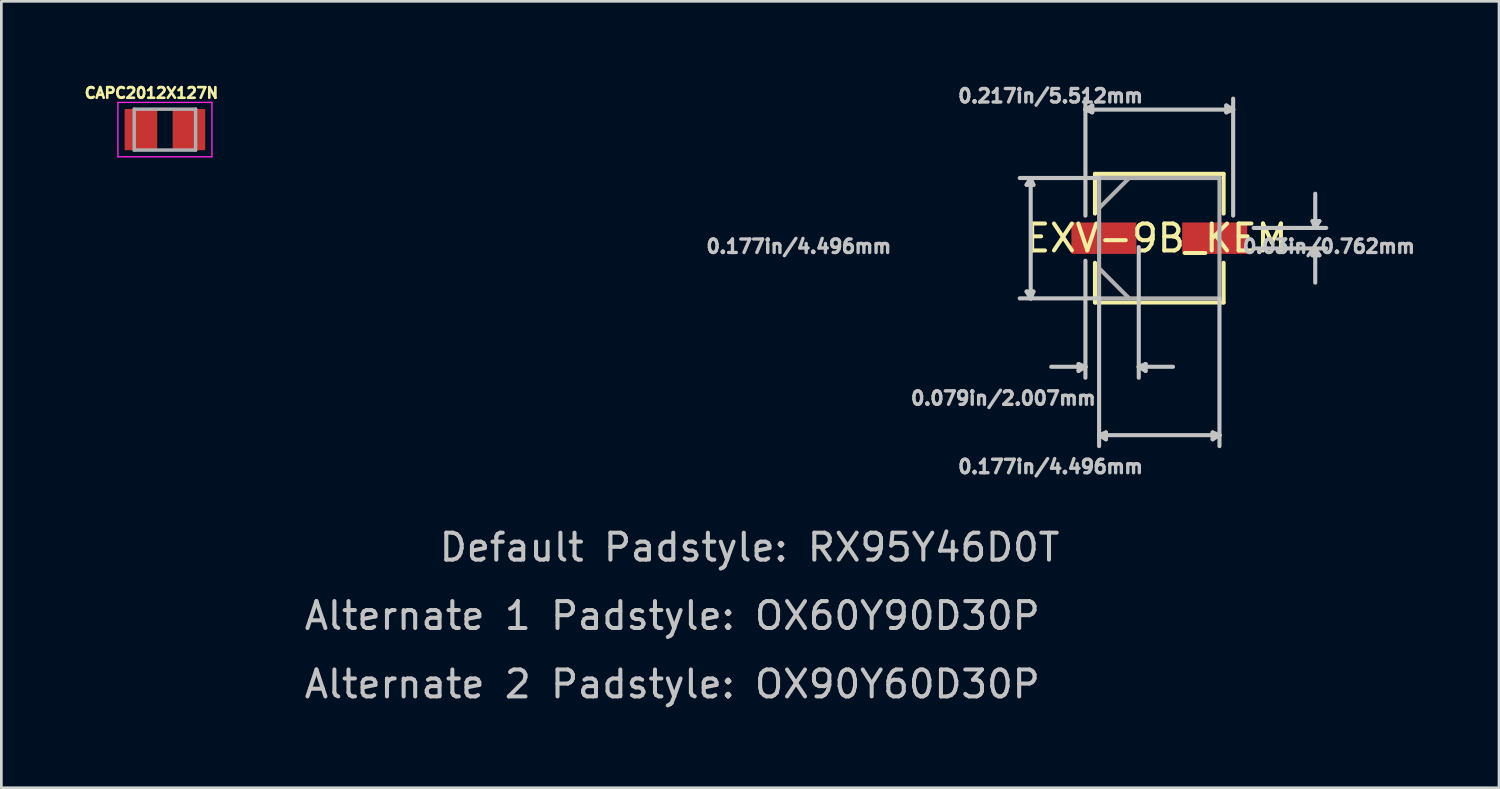
<source format=kicad_pcb>
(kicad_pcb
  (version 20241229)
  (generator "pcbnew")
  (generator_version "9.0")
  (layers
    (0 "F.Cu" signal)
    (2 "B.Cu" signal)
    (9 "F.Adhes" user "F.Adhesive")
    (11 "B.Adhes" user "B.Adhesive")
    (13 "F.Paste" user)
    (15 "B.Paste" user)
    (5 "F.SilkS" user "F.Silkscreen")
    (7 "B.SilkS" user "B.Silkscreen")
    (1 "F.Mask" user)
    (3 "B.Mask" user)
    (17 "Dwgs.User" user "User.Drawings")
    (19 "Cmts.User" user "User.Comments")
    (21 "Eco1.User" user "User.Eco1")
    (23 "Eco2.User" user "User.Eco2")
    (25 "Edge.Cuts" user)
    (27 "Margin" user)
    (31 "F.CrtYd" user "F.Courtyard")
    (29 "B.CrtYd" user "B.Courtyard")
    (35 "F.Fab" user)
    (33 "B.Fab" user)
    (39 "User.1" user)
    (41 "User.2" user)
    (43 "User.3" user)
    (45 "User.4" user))
  (footprint "CAPC2012X127N"
    (layer "F.Cu")
    (at 3.074 1.763)
    (property "Reference" "CAPC2012X127N" (at -0.5 -1.36 0) (layer "F.SilkS") (effects (font (size 0.394 0.394) (thickness 0.15))))
    (attr smd)
    (fp_line (start -1.746 -1.01) (end 1.746 -1.01) (stroke (width 0.05) (type solid)) (layer "F.CrtYd"))
    (fp_line (start -1.746 1.01) (end -1.746 -1.01) (stroke (width 0.05) (type solid)) (layer "F.CrtYd"))
    (fp_line (start -1.746 1.01) (end 1.746 1.01) (stroke (width 0.05) (type solid)) (layer "F.CrtYd"))
    (fp_line (start 1.746 1.01) (end 1.746 -1.01) (stroke (width 0.05) (type solid)) (layer "F.CrtYd"))
    (fp_line (start -1.14 0.76) (end -1.14 -0.76) (stroke (width 0.127) (type solid)) (layer "F.Fab"))
    (fp_line (start 1.14 -0.76) (end -1.14 -0.76) (stroke (width 0.127) (type solid)) (layer "F.Fab"))
    (fp_line (start 1.14 0.76) (end -1.14 0.76) (stroke (width 0.127) (type solid)) (layer "F.Fab"))
    (fp_line (start 1.14 0.76) (end 1.14 -0.76) (stroke (width 0.127) (type solid)) (layer "F.Fab"))
    (pad "1" smd rect (at -0.891 0) (size 1.21 1.53) (layers "F.Cu" "F.Mask" "F.Paste"))
    (pad "2" smd rect (at 0.891 0) (size 1.21 1.53) (layers "F.Cu" "F.Mask" "F.Paste")))
  (footprint "EXV-9B_KEM"
    (layer "F.Cu")
    (at 40 5.795)
    (property "Reference" "EXV-9B_KEM" (at -0.102 0 0) (layer "F.SilkS") (effects (font (size 1 1) (thickness 0.15))))
    (attr smd)
    (fp_line (start -2.388 -2.388) (end -2.388 -0.914) (stroke (width 0.152) (type solid)) (layer "F.SilkS"))
    (fp_line (start -2.388 0.914) (end -2.388 2.388) (stroke (width 0.152) (type solid)) (layer "F.SilkS"))
    (fp_line (start -2.388 2.388) (end 2.388 2.388) (stroke (width 0.152) (type solid)) (layer "F.SilkS"))
    (fp_line (start 2.388 -2.388) (end -2.388 -2.388) (stroke (width 0.152) (type solid)) (layer "F.SilkS"))
    (fp_line (start 2.388 -0.914) (end 2.388 -2.388) (stroke (width 0.152) (type solid)) (layer "F.SilkS"))
    (fp_line (start 2.388 2.388) (end 2.388 0.914) (stroke (width 0.152) (type solid)) (layer "F.SilkS"))
    (fp_line (start -4.928 -1.981) (end -4.674 -1.981) (stroke (width 0.152) (type solid)) (layer "Dwgs.User"))
    (fp_line (start -4.928 1.981) (end -4.674 1.981) (stroke (width 0.152) (type solid)) (layer "Dwgs.User"))
    (fp_line (start -4.775 -2.235) (end -5.182 -2.235) (stroke (width 0.152) (type solid)) (layer "Dwgs.User"))
    (fp_line (start -4.775 -2.235) (end -4.928 -1.981) (stroke (width 0.152) (type solid)) (layer "Dwgs.User"))
    (fp_line (start -4.775 -2.235) (end -4.775 2.235) (stroke (width 0.152) (type solid)) (layer "Dwgs.User"))
    (fp_line (start -4.775 -2.235) (end -4.674 -1.981) (stroke (width 0.152) (type solid)) (layer "Dwgs.User"))
    (fp_line (start -4.775 2.235) (end -5.182 2.235) (stroke (width 0.152) (type solid)) (layer "Dwgs.User"))
    (fp_line (start -4.775 2.235) (end -4.928 1.981) (stroke (width 0.152) (type solid)) (layer "Dwgs.User"))
    (fp_line (start -4.775 2.235) (end -4.674 1.981) (stroke (width 0.152) (type solid)) (layer "Dwgs.User"))
    (fp_line (start -2.997 4.674) (end -2.997 4.928) (stroke (width 0.152) (type solid)) (layer "Dwgs.User"))
    (fp_line (start -2.743 -4.775) (end -2.743 -5.182) (stroke (width 0.152) (type solid)) (layer "Dwgs.User"))
    (fp_line (start -2.743 -4.775) (end -2.489 -4.928) (stroke (width 0.152) (type solid)) (layer "Dwgs.User"))
    (fp_line (start -2.743 -4.775) (end -2.489 -4.674) (stroke (width 0.152) (type solid)) (layer "Dwgs.User"))
    (fp_line (start -2.743 -4.775) (end 2.743 -4.775) (stroke (width 0.152) (type solid)) (layer "Dwgs.User"))
    (fp_line (start -2.743 -0.838) (end -2.743 -4.775) (stroke (width 0.152) (type solid)) (layer "Dwgs.User"))
    (fp_line (start -2.743 0.838) (end -2.743 4.775) (stroke (width 0.152) (type solid)) (layer "Dwgs.User"))
    (fp_line (start -2.743 4.775) (end -4.013 4.775) (stroke (width 0.152) (type solid)) (layer "Dwgs.User"))
    (fp_line (start -2.743 4.775) (end -2.997 4.674) (stroke (width 0.152) (type solid)) (layer "Dwgs.User"))
    (fp_line (start -2.743 4.775) (end -2.997 4.928) (stroke (width 0.152) (type solid)) (layer "Dwgs.User"))
    (fp_line (start -2.743 4.775) (end -2.743 5.182) (stroke (width 0.152) (type solid)) (layer "Dwgs.User"))
    (fp_line (start -2.489 -4.928) (end -2.489 -4.674) (stroke (width 0.152) (type solid)) (layer "Dwgs.User"))
    (fp_line (start -2.235 -2.235) (end -4.775 -2.235) (stroke (width 0.152) (type solid)) (layer "Dwgs.User"))
    (fp_line (start -2.235 2.235) (end -4.775 2.235) (stroke (width 0.152) (type solid)) (layer "Dwgs.User"))
    (fp_line (start -2.235 2.235) (end -2.235 7.315) (stroke (width 0.152) (type solid)) (layer "Dwgs.User"))
    (fp_line (start -2.235 7.315) (end -2.235 7.722) (stroke (width 0.152) (type solid)) (layer "Dwgs.User"))
    (fp_line (start -2.235 7.315) (end -1.981 7.214) (stroke (width 0.152) (type solid)) (layer "Dwgs.User"))
    (fp_line (start -2.235 7.315) (end -1.981 7.468) (stroke (width 0.152) (type solid)) (layer "Dwgs.User"))
    (fp_line (start -2.235 7.315) (end 2.235 7.315) (stroke (width 0.152) (type solid)) (layer "Dwgs.User"))
    (fp_line (start -1.981 7.214) (end -1.981 7.468) (stroke (width 0.152) (type solid)) (layer "Dwgs.User"))
    (fp_line (start -0.762 0.33) (end -0.762 4.775) (stroke (width 0.152) (type solid)) (layer "Dwgs.User"))
    (fp_line (start -0.762 4.775) (end -0.762 5.182) (stroke (width 0.152) (type solid)) (layer "Dwgs.User"))
    (fp_line (start -0.762 4.775) (end -0.508 4.674) (stroke (width 0.152) (type solid)) (layer "Dwgs.User"))
    (fp_line (start -0.762 4.775) (end -0.508 4.928) (stroke (width 0.152) (type solid)) (layer "Dwgs.User"))
    (fp_line (start -0.762 4.775) (end 0.508 4.775) (stroke (width 0.152) (type solid)) (layer "Dwgs.User"))
    (fp_line (start -0.508 4.674) (end -0.508 4.928) (stroke (width 0.152) (type solid)) (layer "Dwgs.User"))
    (fp_line (start 1.981 7.214) (end 1.981 7.468) (stroke (width 0.152) (type solid)) (layer "Dwgs.User"))
    (fp_line (start 2.235 2.235) (end 2.235 7.315) (stroke (width 0.152) (type solid)) (layer "Dwgs.User"))
    (fp_line (start 2.235 7.315) (end 1.981 7.214) (stroke (width 0.152) (type solid)) (layer "Dwgs.User"))
    (fp_line (start 2.235 7.315) (end 1.981 7.468) (stroke (width 0.152) (type solid)) (layer "Dwgs.User"))
    (fp_line (start 2.235 7.315) (end 2.235 7.722) (stroke (width 0.152) (type solid)) (layer "Dwgs.User"))
    (fp_line (start 2.489 -4.928) (end 2.489 -4.674) (stroke (width 0.152) (type solid)) (layer "Dwgs.User"))
    (fp_line (start 2.743 -4.775) (end 2.489 -4.928) (stroke (width 0.152) (type solid)) (layer "Dwgs.User"))
    (fp_line (start 2.743 -4.775) (end 2.489 -4.674) (stroke (width 0.152) (type solid)) (layer "Dwgs.User"))
    (fp_line (start 2.743 -4.775) (end 2.743 -5.182) (stroke (width 0.152) (type solid)) (layer "Dwgs.User"))
    (fp_line (start 2.743 -0.838) (end 2.743 -4.775) (stroke (width 0.152) (type solid)) (layer "Dwgs.User"))
    (fp_line (start 3.505 -0.381) (end 5.791 -0.381) (stroke (width 0.152) (type solid)) (layer "Dwgs.User"))
    (fp_line (start 3.505 0.381) (end 5.791 0.381) (stroke (width 0.152) (type solid)) (layer "Dwgs.User"))
    (fp_line (start 5.69 -0.635) (end 5.944 -0.635) (stroke (width 0.152) (type solid)) (layer "Dwgs.User"))
    (fp_line (start 5.69 0.635) (end 5.944 0.635) (stroke (width 0.152) (type solid)) (layer "Dwgs.User"))
    (fp_line (start 5.791 -0.381) (end 5.69 -0.635) (stroke (width 0.152) (type solid)) (layer "Dwgs.User"))
    (fp_line (start 5.791 -0.381) (end 5.791 -1.651) (stroke (width 0.152) (type solid)) (layer "Dwgs.User"))
    (fp_line (start 5.791 -0.381) (end 5.944 -0.635) (stroke (width 0.152) (type solid)) (layer "Dwgs.User"))
    (fp_line (start 5.791 -0.381) (end 6.198 -0.381) (stroke (width 0.152) (type solid)) (layer "Dwgs.User"))
    (fp_line (start 5.791 0.381) (end 5.69 0.635) (stroke (width 0.152) (type solid)) (layer "Dwgs.User"))
    (fp_line (start 5.791 0.381) (end 5.791 1.651) (stroke (width 0.152) (type solid)) (layer "Dwgs.User"))
    (fp_line (start 5.791 0.381) (end 5.944 0.635) (stroke (width 0.152) (type solid)) (layer "Dwgs.User"))
    (fp_line (start 5.791 0.381) (end 6.198 0.381) (stroke (width 0.152) (type solid)) (layer "Dwgs.User"))
    (fp_line (start -2.235 -2.235) (end -2.235 2.235) (stroke (width 0.152) (type solid)) (layer "F.Fab"))
    (fp_line (start -2.235 -1.118) (end -1.118 -2.235) (stroke (width 0.152) (type solid)) (layer "F.Fab"))
    (fp_line (start -2.235 1.118) (end -1.118 2.235) (stroke (width 0.152) (type solid)) (layer "F.Fab"))
    (fp_line (start -2.235 2.235) (end 2.235 2.235) (stroke (width 0.152) (type solid)) (layer "F.Fab"))
    (fp_line (start 2.235 -2.235) (end -2.235 -2.235) (stroke (width 0.152) (type solid)) (layer "F.Fab"))
    (fp_line (start 2.235 2.235) (end 2.235 -2.235) (stroke (width 0.152) (type solid)) (layer "F.Fab"))
    (fp_text user "Alternate 2 Padstyle: OX90Y60D30P" (at -18.085 16.561 0) (layer "Dwgs.User") (effects (font (size 1 1) (thickness 0.15))))
    (fp_text user "0.079in/2.007mm" (at -5.791 5.944 0) (layer "Dwgs.User") (effects (font (size 0.5 0.5) (thickness 0.15))))
    (fp_text user "0.177in/4.496mm" (at -4.039 8.484 0) (layer "Dwgs.User") (effects (font (size 0.5 0.5) (thickness 0.15))))
    (fp_text user "Default Padstyle: RX95Y46D0T" (at -15.215 11.481 0) (layer "Dwgs.User") (effects (font (size 1 1) (thickness 0.15))))
    (fp_text user "0.177in/4.496mm" (at -13.386 0.305 0) (layer "Dwgs.User") (effects (font (size 0.5 0.5) (thickness 0.15))))
    (fp_text user "Alternate 1 Padstyle: OX60Y90D30P" (at -18.085 14.021 0) (layer "Dwgs.User") (effects (font (size 1 1) (thickness 0.15))))
    (fp_text user "0.217in/5.512mm" (at -4.039 -5.283 0) (layer "Dwgs.User") (effects (font (size 0.5 0.5) (thickness 0.15))))
    (fp_text user "0.03in/0.762mm" (at 6.299 0.305 0) (layer "Dwgs.User") (effects (font (size 0.5 0.5) (thickness 0.15))))
    (pad "1" smd rect (at -2.057 0) (size 2.413 1.168) (layers "F.Cu" "F.Mask" "F.Paste"))
    (pad "2" smd rect (at 2.057 0) (size 2.413 1.168) (layers "F.Cu" "F.Mask" "F.Paste")))
  (gr_rect
    (start -3 -3)
    (end 52.615 26.204)
    (stroke (width 0.1) (type default))
    (fill no)
    (layer "Edge.Cuts")))
</source>
